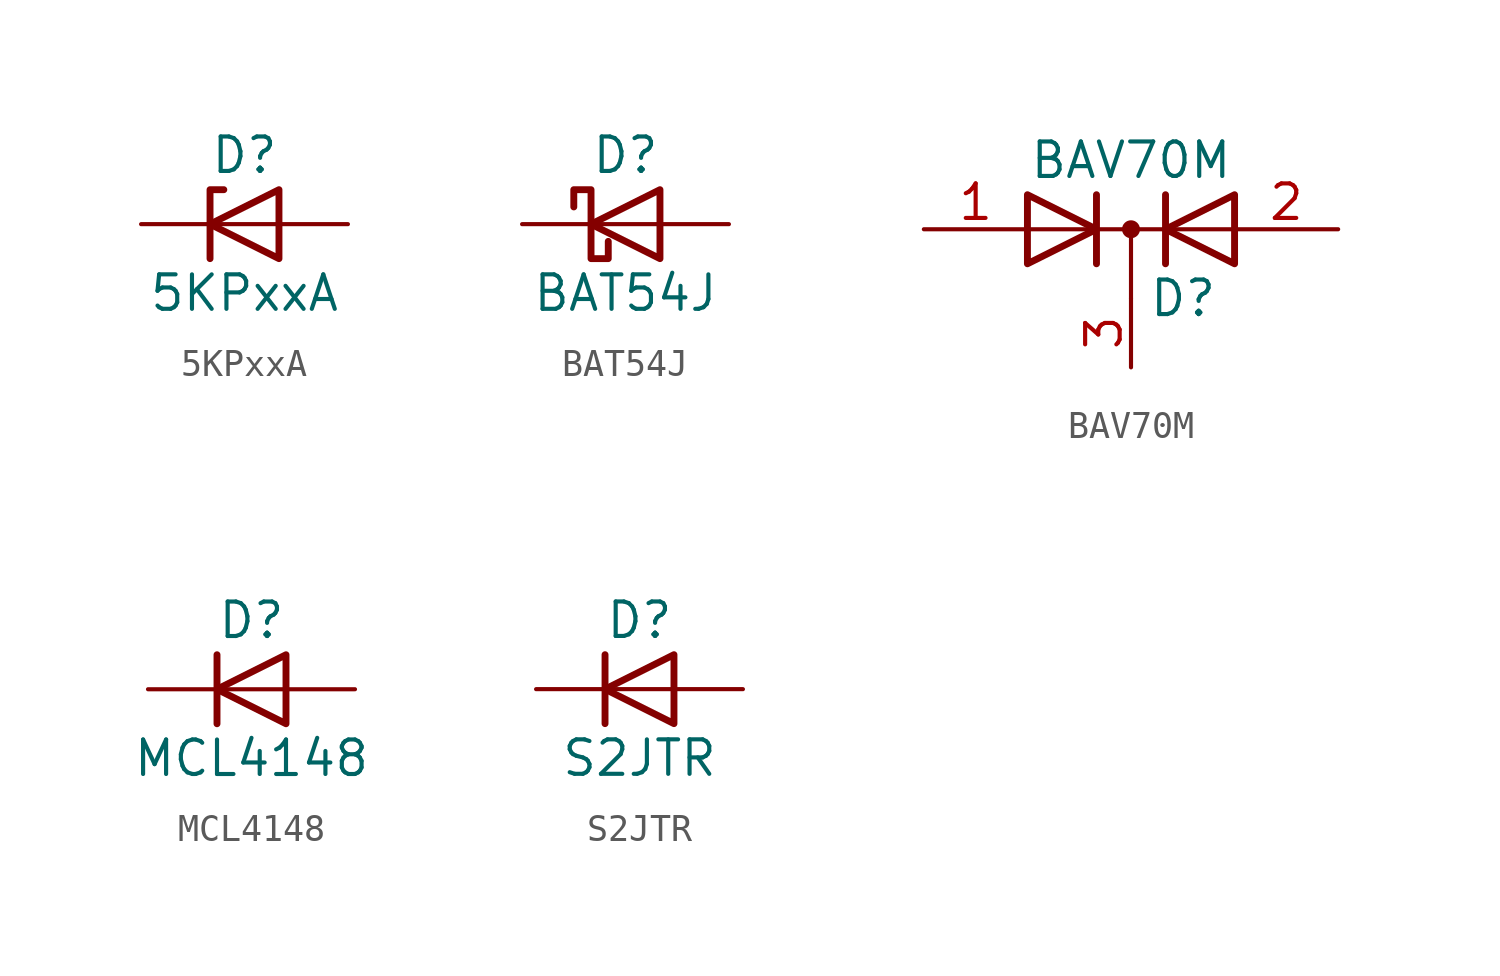
<source format=kicad_sym>
(kicad_symbol_lib
  (version 20220914)
  (generator kicad_symbol_editor)
  (symbol "5KPxxA"
    (pin_numbers hide)
    (pin_names
      (offset 1.016) hide)
    (property "Reference" "D"
      (at 0 2.54 0)
      (effects (font (size 1.27 1.27))))
    (property "Value" "5KPxxA"
      (at 0 -2.54 0)
      (effects (font (size 1.27 1.27))))
    (symbol "5KPxxA_0_1"
      (polyline (pts (xy 1.27 0) (xy -1.27 0)) (stroke (width 0) (type default)) (fill (type none)))
      (polyline (pts (xy -0.762 1.27) (xy -1.27 1.27) (xy -1.27 -1.27)) (stroke (width 0.254) (type default)) (fill (type none)))
      (polyline (pts (xy 1.27 1.27) (xy 1.27 -1.27) (xy -1.27 0) (xy 1.27 1.27)) (stroke (width 0.254) (type default)) (fill (type none))))
    (symbol "5KPxxA_1_1"
      (pin passive line (at -3.81 0 0) (length 2.54) (name "A1" (effects (font (size 1.27 1.27)))) (number "1" (effects (font (size 1.27 1.27)))))
      (pin passive line (at 3.81 0 180) (length 2.54) (name "A2" (effects (font (size 1.27 1.27)))) (number "2" (effects (font (size 1.27 1.27)))))))
  (symbol "BAT54J"
    (pin_numbers hide)
    (pin_names hide)
    (property "Reference" "D"
      (at 0 2.54 0)
      (effects (font (size 1.27 1.27))))
    (property "Value" "BAT54J"
      (at 0 -2.54 0)
      (effects (font (size 1.27 1.27))))
    (symbol "BAT54J_0_1"
      (polyline (pts (xy 1.27 0) (xy -1.27 0)) (stroke (width 0) (type default)) (fill (type none)))
      (polyline (pts (xy 1.27 1.27) (xy 1.27 -1.27) (xy -1.27 0) (xy 1.27 1.27)) (stroke (width 0.254) (type default)) (fill (type none)))
      (polyline (pts (xy -1.905 0.635) (xy -1.905 1.27) (xy -1.27 1.27) (xy -1.27 -1.27) (xy -0.635 -1.27) (xy -0.635 -0.635)) (stroke (width 0.254) (type default)) (fill (type none))))
    (symbol "BAT54J_1_1"
      (pin passive line (at -3.81 0 0) (length 2.54) (name "K" (effects (font (size 1.27 1.27)))) (number "1" (effects (font (size 1.27 1.27)))))
      (pin passive line (at 3.81 0 180) (length 2.54) (name "A" (effects (font (size 1.27 1.27)))) (number "2" (effects (font (size 1.27 1.27)))))))
  (symbol "BAV70M"
    (pin_names
      (offset 0.762) hide)
    (property "Reference" "D"
      (at 0.635 -2.54 0)
      (effects (font (size 1.27 1.27)) (justify left)))
    (property "Value" "BAV70M"
      (at 0 2.54 0)
      (effects (font (size 1.27 1.27))))
    (symbol "BAV70M_0_1"
      (polyline (pts (xy -3.81 0) (xy 3.81 0)) (stroke (width 0) (type default)) (fill (type none)))
      (polyline (pts (xy 0 0) (xy 0 -2.54)) (stroke (width 0) (type default)) (fill (type none)))
      (polyline (pts (xy -1.27 -1.27) (xy -1.27 1.27) (xy -1.27 1.27)) (stroke (width 0.254) (type default)) (fill (type none)))
      (polyline (pts (xy 1.27 -1.27) (xy 1.27 1.27) (xy 1.27 1.27)) (stroke (width 0.254) (type default)) (fill (type none)))
      (polyline (pts (xy -3.81 1.27) (xy -1.27 0) (xy -3.81 -1.27) (xy -3.81 1.27) (xy -3.81 1.27) (xy -3.81 1.27)) (stroke (width 0.254) (type default)) (fill (type none)))
      (polyline (pts (xy 3.81 -1.27) (xy 1.27 0) (xy 3.81 1.27) (xy 3.81 -1.27) (xy 3.81 -1.27) (xy 3.81 -1.27)) (stroke (width 0.254) (type default)) (fill (type none)))
      (circle (center 0 0) (radius 0.254) (stroke (width 0) (type default)) (fill (type outline)))
      (pin passive line (at -7.62 0 0) (length 3.81) (name "A" (effects (font (size 1.27 1.27)))) (number "1" (effects (font (size 1.27 1.27)))))
      (pin passive line (at 7.62 0 180) (length 3.81) (name "A" (effects (font (size 1.27 1.27)))) (number "2" (effects (font (size 1.27 1.27)))))
      (pin passive line (at 0 -5.08 90) (length 2.54) (name "K" (effects (font (size 1.27 1.27)))) (number "3" (effects (font (size 1.27 1.27)))))))
  (symbol "MCL4148"
    (pin_numbers hide)
    (pin_names hide)
    (property "Reference" "D"
      (at 0 2.54 0)
      (effects (font (size 1.27 1.27))))
    (property "Value" "MCL4148"
      (at 0 -2.54 0)
      (effects (font (size 1.27 1.27))))
    (symbol "MCL4148_0_1"
      (polyline (pts (xy -1.27 1.27) (xy -1.27 -1.27)) (stroke (width 0.254) (type default)) (fill (type none)))
      (polyline (pts (xy 1.27 0) (xy -1.27 0)) (stroke (width 0) (type default)) (fill (type none)))
      (polyline (pts (xy 1.27 1.27) (xy 1.27 -1.27) (xy -1.27 0) (xy 1.27 1.27)) (stroke (width 0.254) (type default)) (fill (type none))))
    (symbol "MCL4148_1_1"
      (pin passive line (at -3.81 0 0) (length 2.54) (name "K" (effects (font (size 1.27 1.27)))) (number "1" (effects (font (size 1.27 1.27)))))
      (pin passive line (at 3.81 0 180) (length 2.54) (name "A" (effects (font (size 1.27 1.27)))) (number "2" (effects (font (size 1.27 1.27)))))))
  (symbol "S2JTR"
    (pin_numbers hide)
    (pin_names
      (offset 1.016) hide)
    (property "Reference" "D"
      (at 0 2.54 0)
      (effects (font (size 1.27 1.27))))
    (property "Value" "S2JTR"
      (at 0 -2.54 0)
      (effects (font (size 1.27 1.27))))
    (symbol "S2JTR_0_1"
      (polyline (pts (xy -1.27 1.27) (xy -1.27 -1.27)) (stroke (width 0.254) (type default)) (fill (type none)))
      (polyline (pts (xy 1.27 0) (xy -1.27 0)) (stroke (width 0) (type default)) (fill (type none)))
      (polyline (pts (xy 1.27 1.27) (xy 1.27 -1.27) (xy -1.27 0) (xy 1.27 1.27)) (stroke (width 0.254) (type default)) (fill (type none))))
    (symbol "S2JTR_1_1"
      (pin passive line (at -3.81 0 0) (length 2.54) (name "K" (effects (font (size 1.27 1.27)))) (number "1" (effects (font (size 1.27 1.27)))))
      (pin passive line (at 3.81 0 180) (length 2.54) (name "A" (effects (font (size 1.27 1.27)))) (number "2" (effects (font (size 1.27 1.27))))))))
</source>
